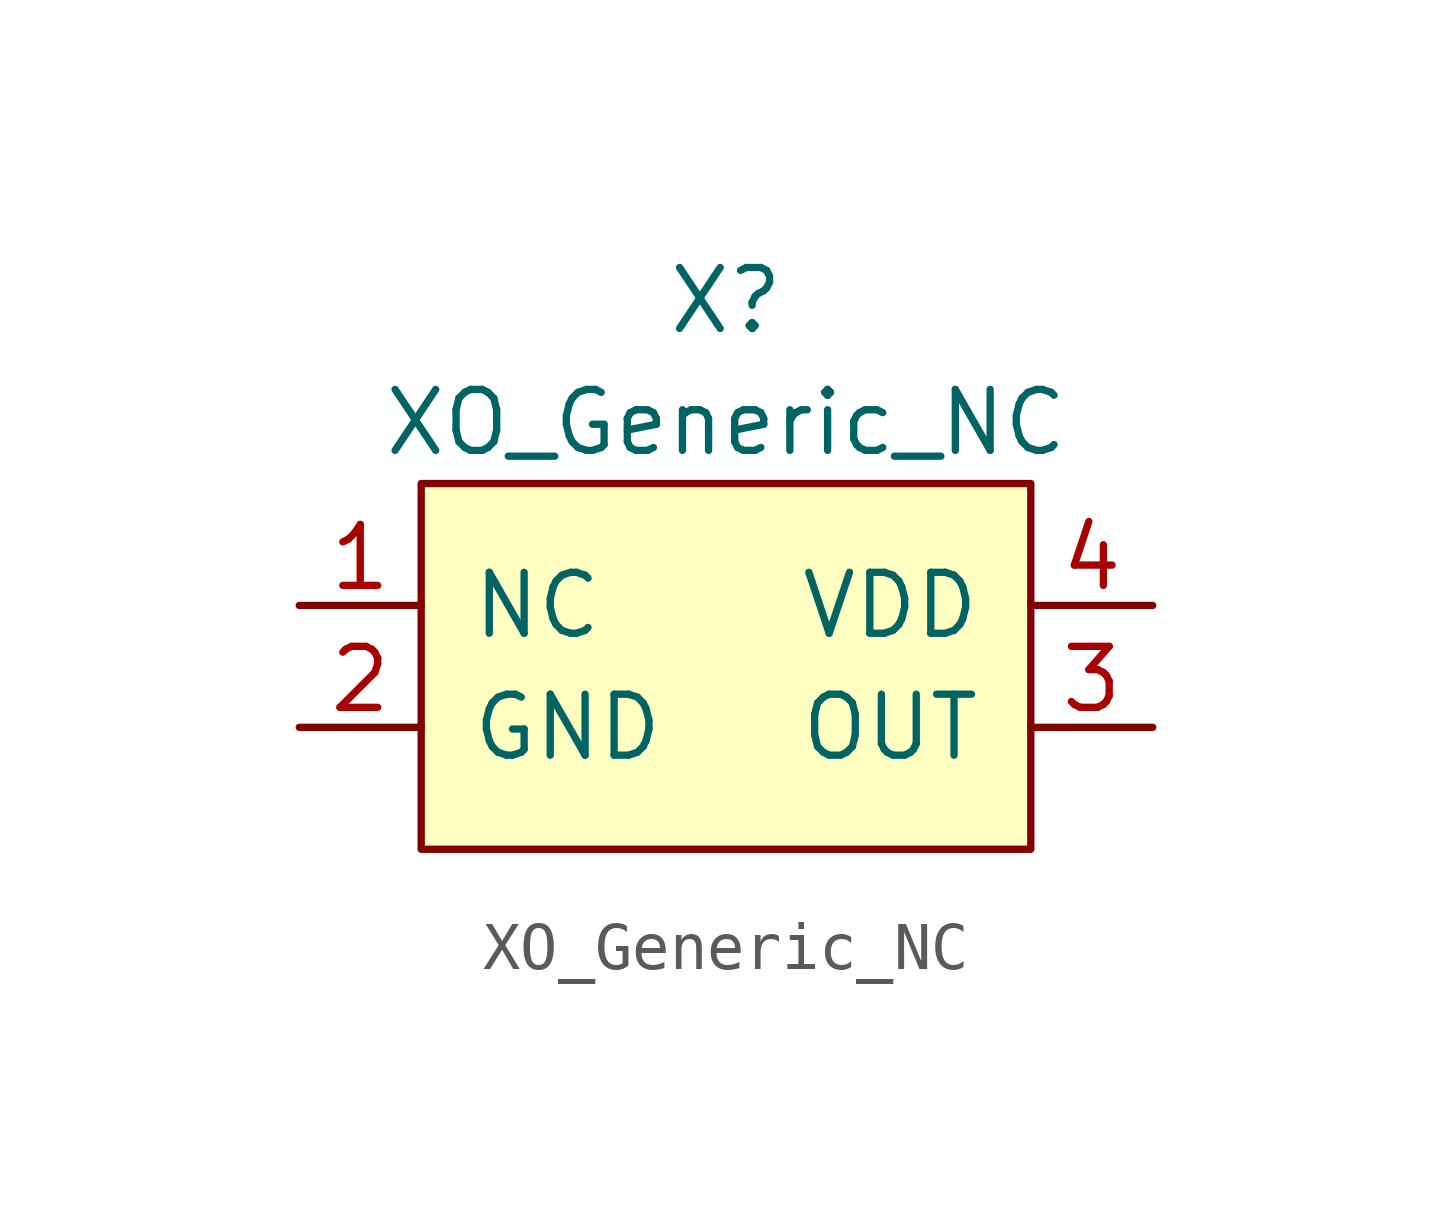
<source format=kicad_sym>
(kicad_symbol_lib
  (version 20231120)
  (generator "kicad_symbol_editor")
  (generator_version "8.0")
  (symbol "XO_Generic_NC"
    (pin_names
      (offset 1.016))
    (property "Reference" "X"
      (at 0 7.62 0)
      (effects (font (size 1.27 1.27))))
    (property "Value" "XO_Generic_NC"
      (at 0 5.08 0)
      (effects (font (size 1.27 1.27))))
    (symbol "XO_Generic_NC_0_1"
      (rectangle (start -6.35 3.81) (end 6.35 -3.81) (stroke (width 0) (type solid)) (fill (type background))))
    (symbol "XO_Generic_NC_1_1"
      (pin output line (at -8.89 1.27 0) (length 2.54) (name "NC" (effects (font (size 1.27 1.27)))) (number "1" (effects (font (size 1.27 1.27)))))
      (pin output line (at -8.89 -1.27 0) (length 2.54) (name "GND" (effects (font (size 1.27 1.27)))) (number "2" (effects (font (size 1.27 1.27)))))
      (pin output line (at 8.89 -1.27 180) (length 2.54) (name "OUT" (effects (font (size 1.27 1.27)))) (number "3" (effects (font (size 1.27 1.27)))))
      (pin output line (at 8.89 1.27 180) (length 2.54) (name "VDD" (effects (font (size 1.27 1.27)))) (number "4" (effects (font (size 1.27 1.27))))))))
</source>
